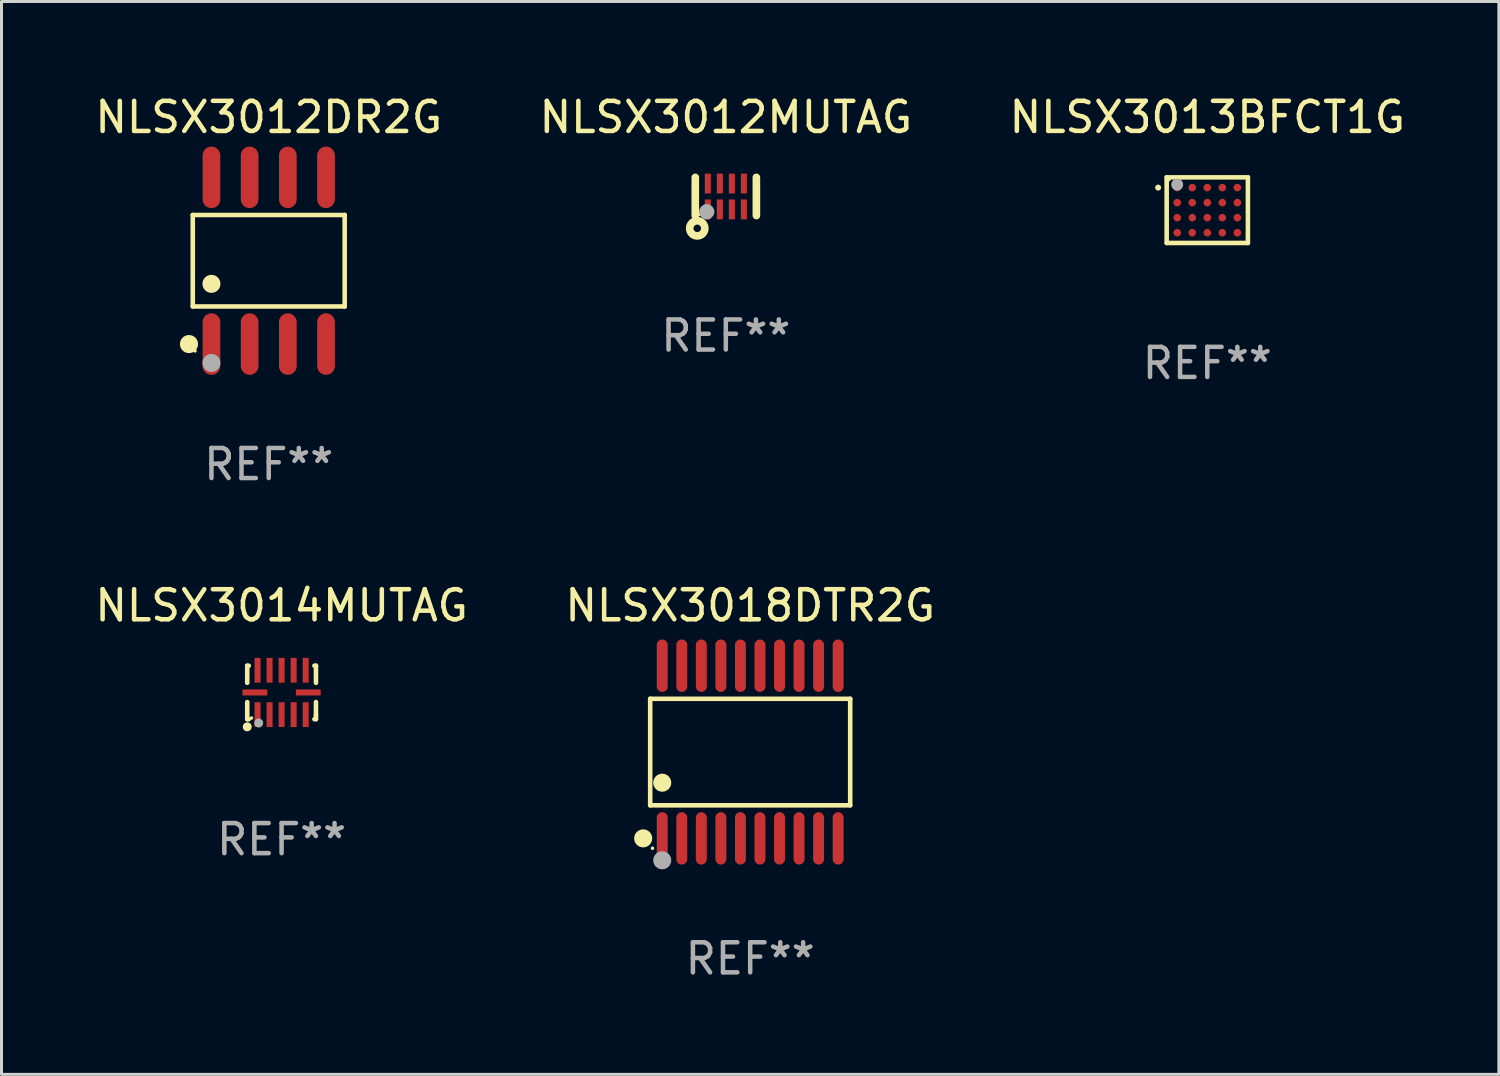
<source format=kicad_pcb>
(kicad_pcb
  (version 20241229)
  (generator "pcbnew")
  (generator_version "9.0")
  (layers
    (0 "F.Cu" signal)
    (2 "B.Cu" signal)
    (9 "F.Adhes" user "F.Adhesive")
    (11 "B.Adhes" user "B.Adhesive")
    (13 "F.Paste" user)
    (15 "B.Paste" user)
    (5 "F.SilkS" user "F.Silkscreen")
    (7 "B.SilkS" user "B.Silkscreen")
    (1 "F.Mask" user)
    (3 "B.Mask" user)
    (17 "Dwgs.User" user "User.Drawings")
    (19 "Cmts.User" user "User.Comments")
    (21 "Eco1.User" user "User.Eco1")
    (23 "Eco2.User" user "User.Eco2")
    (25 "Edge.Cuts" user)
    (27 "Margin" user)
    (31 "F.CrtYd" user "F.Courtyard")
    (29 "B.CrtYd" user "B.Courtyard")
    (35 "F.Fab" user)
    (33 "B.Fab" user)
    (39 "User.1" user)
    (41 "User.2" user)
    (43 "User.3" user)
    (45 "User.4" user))
  (footprint "NLSX3013BFCT1G"
    (layer "F.Cu")
    (at 37.101 3.939)
    (property "Reference" "NLSX3013BFCT1G" (at 0 -3.091 0) (layer "F.SilkS") (effects (font (size 1 1) (thickness 0.15))))
    (attr through_hole)
    (fp_line (start -1.351 -1.091) (end 1.351 -1.091) (stroke (width 0.152) (type solid)) (layer "F.SilkS"))
    (fp_line (start -1.351 1.091) (end -1.351 -1.091) (stroke (width 0.152) (type solid)) (layer "F.SilkS"))
    (fp_line (start 1.351 -1.091) (end 1.351 1.091) (stroke (width 0.152) (type solid)) (layer "F.SilkS"))
    (fp_line (start 1.351 1.091) (end -1.351 1.091) (stroke (width 0.152) (type solid)) (layer "F.SilkS"))
    (fp_circle (center -1.635 -0.75) (end -1.585 -0.75) (stroke (width 0.1) (type solid)) (fill no) (layer "F.SilkS"))
    (fp_circle (center -1.275 -1.015) (end -1.245 -1.015) (stroke (width 0.06) (type solid)) (fill no) (layer "F.SilkS"))
    (fp_circle (center -1 -0.85) (end -0.9 -0.85) (stroke (width 0.2) (type solid)) (fill no) (layer "F.Fab"))
    (fp_text user "REF**" (at 0 5.091 0) (layer "F.Fab") (effects (font (size 1 1) (thickness 0.15))))
    (pad "A1" smd circle (at -1 -0.75) (size 0.252 0.252) (layers "F.Cu" "F.Mask" "F.Paste"))
    (pad "A2" smd circle (at -0.5 -0.75) (size 0.252 0.252) (layers "F.Cu" "F.Mask" "F.Paste"))
    (pad "A3" smd circle (at 0 -0.75) (size 0.252 0.252) (layers "F.Cu" "F.Mask" "F.Paste"))
    (pad "A4" smd circle (at 0.5 -0.75) (size 0.252 0.252) (layers "F.Cu" "F.Mask" "F.Paste"))
    (pad "A5" smd circle (at 1 -0.75) (size 0.252 0.252) (layers "F.Cu" "F.Mask" "F.Paste"))
    (pad "B1" smd circle (at -1 -0.25) (size 0.252 0.252) (layers "F.Cu" "F.Mask" "F.Paste"))
    (pad "B2" smd circle (at -0.5 -0.25) (size 0.252 0.252) (layers "F.Cu" "F.Mask" "F.Paste"))
    (pad "B3" smd circle (at 0 -0.25) (size 0.252 0.252) (layers "F.Cu" "F.Mask" "F.Paste"))
    (pad "B4" smd circle (at 0.5 -0.25) (size 0.252 0.252) (layers "F.Cu" "F.Mask" "F.Paste"))
    (pad "B5" smd circle (at 1 -0.25) (size 0.252 0.252) (layers "F.Cu" "F.Mask" "F.Paste"))
    (pad "C1" smd circle (at -1 0.25) (size 0.252 0.252) (layers "F.Cu" "F.Mask" "F.Paste"))
    (pad "C2" smd circle (at -0.5 0.25) (size 0.252 0.252) (layers "F.Cu" "F.Mask" "F.Paste"))
    (pad "C3" smd circle (at 0 0.25) (size 0.252 0.252) (layers "F.Cu" "F.Mask" "F.Paste"))
    (pad "C4" smd circle (at 0.5 0.25) (size 0.252 0.252) (layers "F.Cu" "F.Mask" "F.Paste"))
    (pad "C5" smd circle (at 1 0.25) (size 0.252 0.252) (layers "F.Cu" "F.Mask" "F.Paste"))
    (pad "D1" smd circle (at -1 0.75) (size 0.252 0.252) (layers "F.Cu" "F.Mask" "F.Paste"))
    (pad "D2" smd circle (at -0.5 0.75) (size 0.252 0.252) (layers "F.Cu" "F.Mask" "F.Paste"))
    (pad "D3" smd circle (at 0 0.75) (size 0.252 0.252) (layers "F.Cu" "F.Mask" "F.Paste"))
    (pad "D4" smd circle (at 0.5 0.75) (size 0.252 0.252) (layers "F.Cu" "F.Mask" "F.Paste"))
    (pad "D5" smd circle (at 1 0.75) (size 0.252 0.252) (layers "F.Cu" "F.Mask" "F.Paste")))
  (footprint "NLSX3012DR2G"
    (layer "F.Cu")
    (at 5.887 5.621)
    (property "Reference" "NLSX3012DR2G" (at 0 -4.772 0) (layer "F.SilkS") (effects (font (size 1 1) (thickness 0.15))))
    (attr through_hole)
    (fp_line (start -2.526 -1.521) (end 2.526 -1.521) (stroke (width 0.152) (type solid)) (layer "F.SilkS"))
    (fp_line (start -2.526 1.521) (end -2.526 -1.521) (stroke (width 0.152) (type solid)) (layer "F.SilkS"))
    (fp_line (start 2.526 -1.521) (end 2.526 1.521) (stroke (width 0.152) (type solid)) (layer "F.SilkS"))
    (fp_line (start 2.526 1.521) (end -2.526 1.521) (stroke (width 0.152) (type solid)) (layer "F.SilkS"))
    (fp_circle (center -2.652 2.772) (end -2.501 2.772) (stroke (width 0.3) (type solid)) (fill no) (layer "F.SilkS"))
    (fp_circle (center -2.45 3) (end -2.42 3) (stroke (width 0.06) (type solid)) (fill no) (layer "F.SilkS"))
    (fp_circle (center -1.905 0.769) (end -1.755 0.769) (stroke (width 0.3) (type solid)) (fill no) (layer "F.SilkS"))
    (fp_circle (center -1.905 3.4) (end -1.755 3.4) (stroke (width 0.3) (type solid)) (fill no) (layer "F.Fab"))
    (fp_text user "REF**" (at 0 6.772 0) (layer "F.Fab") (effects (font (size 1 1) (thickness 0.15))))
    (pad "1" smd oval (at -1.905 2.772) (size 0.588 2.045) (layers "F.Cu" "F.Mask" "F.Paste"))
    (pad "2" smd oval (at -0.635 2.772) (size 0.588 2.045) (layers "F.Cu" "F.Mask" "F.Paste"))
    (pad "3" smd oval (at 0.635 2.772) (size 0.588 2.045) (layers "F.Cu" "F.Mask" "F.Paste"))
    (pad "4" smd oval (at 1.905 2.772) (size 0.588 2.045) (layers "F.Cu" "F.Mask" "F.Paste"))
    (pad "5" smd oval (at 1.905 -2.772) (size 0.588 2.045) (layers "F.Cu" "F.Mask" "F.Paste"))
    (pad "6" smd oval (at 0.635 -2.772) (size 0.588 2.045) (layers "F.Cu" "F.Mask" "F.Paste"))
    (pad "7" smd oval (at -0.635 -2.772) (size 0.588 2.045) (layers "F.Cu" "F.Mask" "F.Paste"))
    (pad "8" smd oval (at -1.905 -2.772) (size 0.588 2.045) (layers "F.Cu" "F.Mask" "F.Paste")))
  (footprint "NLSX3014MUTAG"
    (layer "F.Cu")
    (at 6.315 19.979)
    (property "Reference" "NLSX3014MUTAG" (at 0 -2.889 0) (layer "F.SilkS") (effects (font (size 1 1) (thickness 0.15))))
    (attr through_hole)
    (fp_line (start -1.143 -0.889) (end -1.143 -0.32) (stroke (width 0.152) (type solid)) (layer "F.SilkS"))
    (fp_line (start -1.143 0.32) (end -1.143 0.889) (stroke (width 0.152) (type solid)) (layer "F.SilkS"))
    (fp_line (start -1.143 0.889) (end -1.092 0.889) (stroke (width 0.152) (type solid)) (layer "F.SilkS"))
    (fp_line (start -1.092 -0.889) (end -1.143 -0.889) (stroke (width 0.152) (type solid)) (layer "F.SilkS"))
    (fp_line (start 1.092 0.889) (end 1.143 0.889) (stroke (width 0.152) (type solid)) (layer "F.SilkS"))
    (fp_line (start 1.143 -0.889) (end 1.092 -0.889) (stroke (width 0.152) (type solid)) (layer "F.SilkS"))
    (fp_line (start 1.143 -0.32) (end 1.143 -0.889) (stroke (width 0.152) (type solid)) (layer "F.SilkS"))
    (fp_line (start 1.143 0.762) (end 1.143 0.32) (stroke (width 0.152) (type solid)) (layer "F.SilkS"))
    (fp_line (start 1.143 0.889) (end 1.143 0.762) (stroke (width 0.152) (type solid)) (layer "F.SilkS"))
    (fp_circle (center -1.143 1.143) (end -1.068 1.143) (stroke (width 0.15) (type solid)) (fill no) (layer "F.SilkS"))
    (fp_circle (center -1 0.85) (end -0.97 0.85) (stroke (width 0.06) (type solid)) (fill no) (layer "F.SilkS"))
    (fp_circle (center -0.762 1.016) (end -0.687 1.016) (stroke (width 0.15) (type solid)) (fill no) (layer "F.Fab"))
    (fp_text user "REF**" (at 0 4.889 0) (layer "F.Fab") (effects (font (size 1 1) (thickness 0.15))))
    (pad "1" smd rect (at -0.8 0.738) (size 0.2 0.825) (layers "F.Cu" "F.Mask" "F.Paste"))
    (pad "2" smd rect (at -0.4 0.738) (size 0.2 0.825) (layers "F.Cu" "F.Mask" "F.Paste"))
    (pad "3" smd rect (at 0 0.738) (size 0.2 0.825) (layers "F.Cu" "F.Mask" "F.Paste"))
    (pad "4" smd rect (at 0.4 0.738) (size 0.2 0.825) (layers "F.Cu" "F.Mask" "F.Paste"))
    (pad "5" smd rect (at 0.8 0.738) (size 0.2 0.825) (layers "F.Cu" "F.Mask" "F.Paste"))
    (pad "6" smd rect (at 0.887 0) (size 0.825 0.2) (layers "F.Cu" "F.Mask" "F.Paste"))
    (pad "7" smd rect (at 0.8 -0.738) (size 0.2 0.825) (layers "F.Cu" "F.Mask" "F.Paste"))
    (pad "8" smd rect (at 0.4 -0.738) (size 0.2 0.825) (layers "F.Cu" "F.Mask" "F.Paste"))
    (pad "9" smd rect (at 0 -0.738) (size 0.2 0.825) (layers "F.Cu" "F.Mask" "F.Paste"))
    (pad "10" smd rect (at -0.4 -0.738) (size 0.2 0.825) (layers "F.Cu" "F.Mask" "F.Paste"))
    (pad "11" smd rect (at -0.8 -0.738) (size 0.2 0.825) (layers "F.Cu" "F.Mask" "F.Paste"))
    (pad "12" smd rect (at -0.887 0) (size 0.825 0.2) (layers "F.Cu" "F.Mask" "F.Paste")))
  (footprint "NLSX3012MUTAG"
    (layer "F.Cu")
    (at 21.089 3.484)
    (property "Reference" "NLSX3012MUTAG" (at 0 -2.635 0) (layer "F.SilkS") (effects (font (size 1 1) (thickness 0.15))))
    (attr through_hole)
    (fp_line (start -1.016 0.635) (end -1.016 -0.635) (stroke (width 0.254) (type solid)) (layer "F.SilkS"))
    (fp_line (start 1.016 0.635) (end 1.016 -0.635) (stroke (width 0.254) (type solid)) (layer "F.SilkS"))
    (fp_circle (center -0.95 1.06) (end -0.825 1.06) (stroke (width 0.254) (type solid)) (fill no) (layer "F.SilkS"))
    (fp_circle (center -0.9 0.601) (end -0.87 0.601) (stroke (width 0.06) (type solid)) (fill no) (layer "F.SilkS"))
    (fp_circle (center -0.635 0.509) (end -0.508 0.509) (stroke (width 0.254) (type solid)) (fill no) (layer "F.Fab"))
    (fp_text user "REF**" (at 0 4.635 0) (layer "F.Fab") (effects (font (size 1 1) (thickness 0.15))))
    (pad "1" smd rect (at -0.6 0.43 180) (size 0.2 0.66) (layers "F.Cu" "F.Mask" "F.Paste"))
    (pad "2" smd rect (at -0.2 0.43 180) (size 0.2 0.66) (layers "F.Cu" "F.Mask" "F.Paste"))
    (pad "3" smd rect (at 0.2 0.43 180) (size 0.2 0.66) (layers "F.Cu" "F.Mask" "F.Paste"))
    (pad "4" smd rect (at 0.6 0.43 180) (size 0.2 0.66) (layers "F.Cu" "F.Mask" "F.Paste"))
    (pad "5" smd rect (at 0.6 -0.43 180) (size 0.2 0.66) (layers "F.Cu" "F.Mask" "F.Paste"))
    (pad "6" smd rect (at 0.2 -0.43 180) (size 0.2 0.66) (layers "F.Cu" "F.Mask" "F.Paste"))
    (pad "7" smd rect (at -0.2 -0.43 180) (size 0.2 0.66) (layers "F.Cu" "F.Mask" "F.Paste"))
    (pad "8" smd rect (at -0.6 -0.43 180) (size 0.2 0.66) (layers "F.Cu" "F.Mask" "F.Paste")))
  (footprint "NLSX3018DTR2G"
    (layer "F.Cu")
    (at 21.899 21.961)
    (property "Reference" "NLSX3018DTR2G" (at 0 -4.871 0) (layer "F.SilkS") (effects (font (size 1 1) (thickness 0.15))))
    (attr through_hole)
    (fp_line (start -3.326 -1.771) (end 3.326 -1.771) (stroke (width 0.152) (type solid)) (layer "F.SilkS"))
    (fp_line (start -3.326 1.771) (end -3.326 -1.771) (stroke (width 0.152) (type solid)) (layer "F.SilkS"))
    (fp_line (start 3.326 -1.771) (end 3.326 1.771) (stroke (width 0.152) (type solid)) (layer "F.SilkS"))
    (fp_line (start 3.326 1.771) (end -3.326 1.771) (stroke (width 0.152) (type solid)) (layer "F.SilkS"))
    (fp_circle (center -3.559 2.871) (end -3.409 2.871) (stroke (width 0.3) (type solid)) (fill no) (layer "F.SilkS"))
    (fp_circle (center -3.25 3.2) (end -3.22 3.2) (stroke (width 0.06) (type solid)) (fill no) (layer "F.SilkS"))
    (fp_circle (center -2.925 1.019) (end -2.775 1.019) (stroke (width 0.3) (type solid)) (fill no) (layer "F.SilkS"))
    (fp_circle (center -2.925 3.6) (end -2.775 3.6) (stroke (width 0.3) (type solid)) (fill no) (layer "F.Fab"))
    (fp_text user "REF**" (at 0 6.871 0) (layer "F.Fab") (effects (font (size 1 1) (thickness 0.15))))
    (pad "1" smd oval (at -2.925 2.871) (size 0.364 1.742) (layers "F.Cu" "F.Mask" "F.Paste"))
    (pad "2" smd oval (at -2.275 2.871) (size 0.364 1.742) (layers "F.Cu" "F.Mask" "F.Paste"))
    (pad "3" smd oval (at -1.625 2.871) (size 0.364 1.742) (layers "F.Cu" "F.Mask" "F.Paste"))
    (pad "4" smd oval (at -0.975 2.871) (size 0.364 1.742) (layers "F.Cu" "F.Mask" "F.Paste"))
    (pad "5" smd oval (at -0.325 2.871) (size 0.364 1.742) (layers "F.Cu" "F.Mask" "F.Paste"))
    (pad "6" smd oval (at 0.325 2.871) (size 0.364 1.742) (layers "F.Cu" "F.Mask" "F.Paste"))
    (pad "7" smd oval (at 0.975 2.871) (size 0.364 1.742) (layers "F.Cu" "F.Mask" "F.Paste"))
    (pad "8" smd oval (at 1.625 2.871) (size 0.364 1.742) (layers "F.Cu" "F.Mask" "F.Paste"))
    (pad "9" smd oval (at 2.275 2.871) (size 0.364 1.742) (layers "F.Cu" "F.Mask" "F.Paste"))
    (pad "10" smd oval (at 2.925 2.871) (size 0.364 1.742) (layers "F.Cu" "F.Mask" "F.Paste"))
    (pad "11" smd oval (at 2.925 -2.871) (size 0.364 1.742) (layers "F.Cu" "F.Mask" "F.Paste"))
    (pad "12" smd oval (at 2.275 -2.871) (size 0.364 1.742) (layers "F.Cu" "F.Mask" "F.Paste"))
    (pad "13" smd oval (at 1.625 -2.871) (size 0.364 1.742) (layers "F.Cu" "F.Mask" "F.Paste"))
    (pad "14" smd oval (at 0.975 -2.871) (size 0.364 1.742) (layers "F.Cu" "F.Mask" "F.Paste"))
    (pad "15" smd oval (at 0.325 -2.871) (size 0.364 1.742) (layers "F.Cu" "F.Mask" "F.Paste"))
    (pad "16" smd oval (at -0.325 -2.871) (size 0.364 1.742) (layers "F.Cu" "F.Mask" "F.Paste"))
    (pad "17" smd oval (at -0.975 -2.871) (size 0.364 1.742) (layers "F.Cu" "F.Mask" "F.Paste"))
    (pad "18" smd oval (at -1.625 -2.871) (size 0.364 1.742) (layers "F.Cu" "F.Mask" "F.Paste"))
    (pad "19" smd oval (at -2.275 -2.871) (size 0.364 1.742) (layers "F.Cu" "F.Mask" "F.Paste"))
    (pad "20" smd oval (at -2.925 -2.871) (size 0.364 1.742) (layers "F.Cu" "F.Mask" "F.Paste")))
  (gr_rect
    (start -3 -3)
    (end 46.798 32.68)
    (stroke (width 0.1) (type default))
    (fill no)
    (layer "Edge.Cuts")))
</source>
